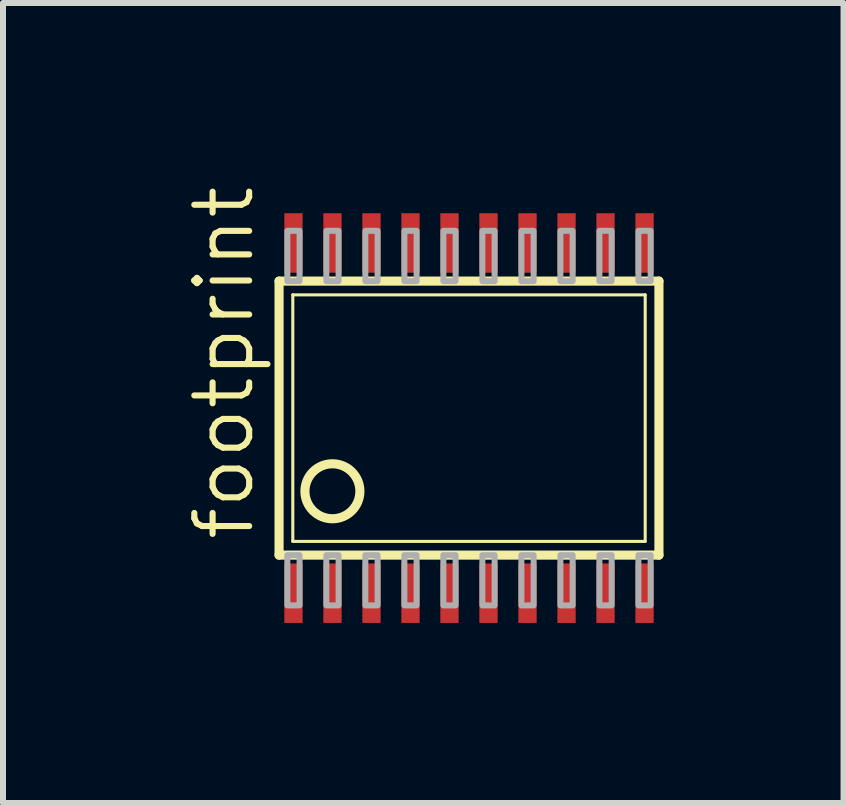
<source format=kicad_pcb>
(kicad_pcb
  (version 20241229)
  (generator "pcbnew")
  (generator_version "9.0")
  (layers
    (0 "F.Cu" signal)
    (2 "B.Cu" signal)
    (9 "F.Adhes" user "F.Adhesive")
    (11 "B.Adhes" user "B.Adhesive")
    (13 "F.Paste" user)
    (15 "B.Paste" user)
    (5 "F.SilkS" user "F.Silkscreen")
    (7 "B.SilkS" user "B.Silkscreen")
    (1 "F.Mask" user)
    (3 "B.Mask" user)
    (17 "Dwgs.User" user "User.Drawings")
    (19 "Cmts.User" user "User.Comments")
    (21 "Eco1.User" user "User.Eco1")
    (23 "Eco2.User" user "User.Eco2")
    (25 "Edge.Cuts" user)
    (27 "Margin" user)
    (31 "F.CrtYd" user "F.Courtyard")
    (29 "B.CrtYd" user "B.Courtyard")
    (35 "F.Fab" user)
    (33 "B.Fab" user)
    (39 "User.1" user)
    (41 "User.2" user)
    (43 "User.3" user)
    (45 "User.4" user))
  (footprint "footprint"
    (layer "F.Cu")
    (at 4.765 3.917)
    (property "Reference" "footprint" (at -3.546 2.083 90) (layer "F.SilkS") (effects (font (size 0.914 0.914) (thickness 0.102)) (justify left bottom)))
    (fp_line (start -3.165 2.283) (end -3.165 -2.283) (stroke (width 0.152) (type solid)) (layer "F.SilkS"))
    (fp_line (start -3.165 2.283) (end 3.165 2.283) (stroke (width 0.152) (type solid)) (layer "F.SilkS"))
    (fp_line (start -2.936 2.054) (end -2.936 -2.054) (stroke (width 0.051) (type solid)) (layer "F.SilkS"))
    (fp_line (start -2.936 2.054) (end 2.936 2.054) (stroke (width 0.051) (type solid)) (layer "F.SilkS"))
    (fp_line (start 2.936 -2.054) (end -2.936 -2.054) (stroke (width 0.051) (type solid)) (layer "F.SilkS"))
    (fp_line (start 2.936 -2.054) (end 2.936 2.054) (stroke (width 0.051) (type solid)) (layer "F.SilkS"))
    (fp_line (start 3.165 -2.283) (end -3.165 -2.283) (stroke (width 0.152) (type solid)) (layer "F.SilkS"))
    (fp_line (start 3.165 -2.283) (end 3.165 2.283) (stroke (width 0.152) (type solid)) (layer "F.SilkS"))
    (fp_circle (center -2.276 1.219) (end -1.818 1.219) (stroke (width 0.152) (type solid)) (fill no) (layer "F.SilkS"))
    (fp_poly (pts (xy -3.027 -2.283) (xy -2.823 -2.283) (xy -2.823 -3.121) (xy -3.027 -3.121)) (stroke (width 0.1) (type solid)) (fill no) (layer "F.Fab"))
    (fp_poly (pts (xy -3.027 3.121) (xy -2.823 3.121) (xy -2.823 2.283) (xy -3.027 2.283)) (stroke (width 0.1) (type solid)) (fill no) (layer "F.Fab"))
    (fp_poly (pts (xy -2.377 -2.283) (xy -2.173 -2.283) (xy -2.173 -3.121) (xy -2.377 -3.121)) (stroke (width 0.1) (type solid)) (fill no) (layer "F.Fab"))
    (fp_poly (pts (xy -2.377 3.121) (xy -2.173 3.121) (xy -2.173 2.283) (xy -2.377 2.283)) (stroke (width 0.1) (type solid)) (fill no) (layer "F.Fab"))
    (fp_poly (pts (xy -1.727 -2.283) (xy -1.523 -2.283) (xy -1.523 -3.121) (xy -1.727 -3.121)) (stroke (width 0.1) (type solid)) (fill no) (layer "F.Fab"))
    (fp_poly (pts (xy -1.727 3.121) (xy -1.523 3.121) (xy -1.523 2.283) (xy -1.727 2.283)) (stroke (width 0.1) (type solid)) (fill no) (layer "F.Fab"))
    (fp_poly (pts (xy -1.077 -2.283) (xy -0.873 -2.283) (xy -0.873 -3.121) (xy -1.077 -3.121)) (stroke (width 0.1) (type solid)) (fill no) (layer "F.Fab"))
    (fp_poly (pts (xy -1.077 3.121) (xy -0.873 3.121) (xy -0.873 2.283) (xy -1.077 2.283)) (stroke (width 0.1) (type solid)) (fill no) (layer "F.Fab"))
    (fp_poly (pts (xy -0.427 -2.283) (xy -0.223 -2.283) (xy -0.223 -3.121) (xy -0.427 -3.121)) (stroke (width 0.1) (type solid)) (fill no) (layer "F.Fab"))
    (fp_poly (pts (xy -0.427 3.121) (xy -0.223 3.121) (xy -0.223 2.283) (xy -0.427 2.283)) (stroke (width 0.1) (type solid)) (fill no) (layer "F.Fab"))
    (fp_poly (pts (xy 0.223 -2.283) (xy 0.427 -2.283) (xy 0.427 -3.121) (xy 0.223 -3.121)) (stroke (width 0.1) (type solid)) (fill no) (layer "F.Fab"))
    (fp_poly (pts (xy 0.223 3.121) (xy 0.427 3.121) (xy 0.427 2.283) (xy 0.223 2.283)) (stroke (width 0.1) (type solid)) (fill no) (layer "F.Fab"))
    (fp_poly (pts (xy 0.873 -2.283) (xy 1.077 -2.283) (xy 1.077 -3.121) (xy 0.873 -3.121)) (stroke (width 0.1) (type solid)) (fill no) (layer "F.Fab"))
    (fp_poly (pts (xy 0.873 3.121) (xy 1.077 3.121) (xy 1.077 2.283) (xy 0.873 2.283)) (stroke (width 0.1) (type solid)) (fill no) (layer "F.Fab"))
    (fp_poly (pts (xy 1.523 -2.283) (xy 1.727 -2.283) (xy 1.727 -3.121) (xy 1.523 -3.121)) (stroke (width 0.1) (type solid)) (fill no) (layer "F.Fab"))
    (fp_poly (pts (xy 1.523 3.121) (xy 1.727 3.121) (xy 1.727 2.283) (xy 1.523 2.283)) (stroke (width 0.1) (type solid)) (fill no) (layer "F.Fab"))
    (fp_poly (pts (xy 2.173 -2.283) (xy 2.377 -2.283) (xy 2.377 -3.121) (xy 2.173 -3.121)) (stroke (width 0.1) (type solid)) (fill no) (layer "F.Fab"))
    (fp_poly (pts (xy 2.173 3.121) (xy 2.377 3.121) (xy 2.377 2.283) (xy 2.173 2.283)) (stroke (width 0.1) (type solid)) (fill no) (layer "F.Fab"))
    (fp_poly (pts (xy 2.823 -2.283) (xy 3.027 -2.283) (xy 3.027 -3.121) (xy 2.823 -3.121)) (stroke (width 0.1) (type solid)) (fill no) (layer "F.Fab"))
    (fp_poly (pts (xy 2.823 3.121) (xy 3.027 3.121) (xy 3.027 2.283) (xy 2.823 2.283)) (stroke (width 0.1) (type solid)) (fill no) (layer "F.Fab"))
    (pad "1" smd rect (at -2.925 2.918) (size 0.305 0.991) (layers "F.Cu" "F.Mask" "F.Paste"))
    (pad "2" smd rect (at -2.275 2.918) (size 0.305 0.991) (layers "F.Cu" "F.Mask" "F.Paste"))
    (pad "3" smd rect (at -1.625 2.918) (size 0.305 0.991) (layers "F.Cu" "F.Mask" "F.Paste"))
    (pad "4" smd rect (at -0.975 2.918) (size 0.305 0.991) (layers "F.Cu" "F.Mask" "F.Paste"))
    (pad "5" smd rect (at -0.325 2.918) (size 0.305 0.991) (layers "F.Cu" "F.Mask" "F.Paste"))
    (pad "6" smd rect (at 0.325 2.918) (size 0.305 0.991) (layers "F.Cu" "F.Mask" "F.Paste"))
    (pad "7" smd rect (at 0.975 2.918) (size 0.305 0.991) (layers "F.Cu" "F.Mask" "F.Paste"))
    (pad "8" smd rect (at 1.625 2.918) (size 0.305 0.991) (layers "F.Cu" "F.Mask" "F.Paste"))
    (pad "9" smd rect (at 2.275 2.918) (size 0.305 0.991) (layers "F.Cu" "F.Mask" "F.Paste"))
    (pad "10" smd rect (at 2.925 2.918) (size 0.305 0.991) (layers "F.Cu" "F.Mask" "F.Paste"))
    (pad "11" smd rect (at 2.925 -2.918) (size 0.305 0.991) (layers "F.Cu" "F.Mask" "F.Paste"))
    (pad "12" smd rect (at 2.275 -2.918) (size 0.305 0.991) (layers "F.Cu" "F.Mask" "F.Paste"))
    (pad "13" smd rect (at 1.625 -2.918) (size 0.305 0.991) (layers "F.Cu" "F.Mask" "F.Paste"))
    (pad "14" smd rect (at 0.975 -2.918) (size 0.305 0.991) (layers "F.Cu" "F.Mask" "F.Paste"))
    (pad "15" smd rect (at 0.325 -2.918) (size 0.305 0.991) (layers "F.Cu" "F.Mask" "F.Paste"))
    (pad "16" smd rect (at -0.325 -2.918) (size 0.305 0.991) (layers "F.Cu" "F.Mask" "F.Paste"))
    (pad "17" smd rect (at -0.975 -2.918) (size 0.305 0.991) (layers "F.Cu" "F.Mask" "F.Paste"))
    (pad "18" smd rect (at -1.625 -2.918) (size 0.305 0.991) (layers "F.Cu" "F.Mask" "F.Paste"))
    (pad "19" smd rect (at -2.275 -2.918) (size 0.305 0.991) (layers "F.Cu" "F.Mask" "F.Paste"))
    (pad "20" smd rect (at -2.925 -2.918) (size 0.305 0.991) (layers "F.Cu" "F.Mask" "F.Paste")))
  (gr_rect
    (start -3 -3)
    (end 11.006 10.331)
    (stroke (width 0.1) (type default))
    (fill no)
    (layer "Edge.Cuts")))
</source>
